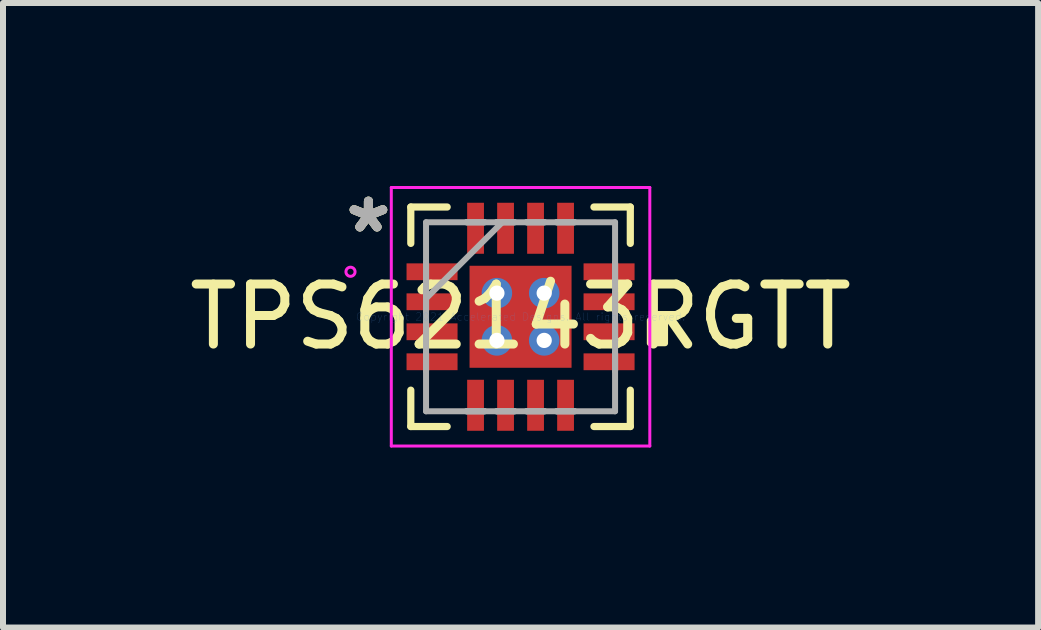
<source format=kicad_pcb>
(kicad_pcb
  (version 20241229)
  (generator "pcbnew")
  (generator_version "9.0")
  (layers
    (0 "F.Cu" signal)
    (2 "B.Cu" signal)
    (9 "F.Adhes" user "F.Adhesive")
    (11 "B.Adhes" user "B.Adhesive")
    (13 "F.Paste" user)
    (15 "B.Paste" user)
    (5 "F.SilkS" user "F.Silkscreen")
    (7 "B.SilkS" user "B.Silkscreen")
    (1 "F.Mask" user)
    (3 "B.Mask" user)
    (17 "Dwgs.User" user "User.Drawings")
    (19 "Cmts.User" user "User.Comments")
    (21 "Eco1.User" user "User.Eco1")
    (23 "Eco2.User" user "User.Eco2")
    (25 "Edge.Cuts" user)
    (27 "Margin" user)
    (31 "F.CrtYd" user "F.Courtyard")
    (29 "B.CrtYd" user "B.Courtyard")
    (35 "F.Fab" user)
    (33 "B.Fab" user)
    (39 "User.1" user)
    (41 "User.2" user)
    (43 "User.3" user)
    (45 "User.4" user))
  (footprint "TPS62143RGTT"
    (layer "F.Cu")
    (at 5.625 2.229)
    (property "Reference" "TPS62143RGTT" (at 0 0 0) (layer "F.SilkS") (effects (font (size 1 1) (thickness 0.15))))
    (attr through_hole)
    (fp_poly (pts (xy -1.97 -0.96) (xy -1.97 -0.54) (xy -0.98 -0.54) (xy -0.98 -0.96)) (stroke (width 0.1) (type solid)) (fill yes) (layer "F.Mask"))
    (fp_poly (pts (xy -1.97 -0.46) (xy -1.97 -0.04) (xy -0.98 -0.04) (xy -0.98 -0.46)) (stroke (width 0.1) (type solid)) (fill yes) (layer "F.Mask"))
    (fp_poly (pts (xy -1.97 0.04) (xy -1.97 0.46) (xy -0.98 0.46) (xy -0.98 0.04)) (stroke (width 0.1) (type solid)) (fill yes) (layer "F.Mask"))
    (fp_poly (pts (xy -1.97 0.54) (xy -1.97 0.96) (xy -0.98 0.96) (xy -0.98 0.54)) (stroke (width 0.1) (type solid)) (fill yes) (layer "F.Mask"))
    (fp_poly (pts (xy -0.96 -1.97) (xy -0.96 -0.98) (xy -0.541 -0.98) (xy -0.541 -1.97)) (stroke (width 0.1) (type solid)) (fill yes) (layer "F.Mask"))
    (fp_poly (pts (xy -0.96 0.98) (xy -0.96 1.97) (xy -0.541 1.97) (xy -0.541 0.98)) (stroke (width 0.1) (type solid)) (fill yes) (layer "F.Mask"))
    (fp_poly (pts (xy -0.913 -0.913) (xy -0.594 -0.913) (xy -0.594 0.913) (xy -0.913 0.913)) (stroke (width 0.1) (type solid)) (fill yes) (layer "F.Mask"))
    (fp_poly (pts (xy -0.913 -0.913) (xy 0.913 -0.913) (xy 0.913 -0.594) (xy -0.913 -0.594)) (stroke (width 0.1) (type solid)) (fill yes) (layer "F.Mask"))
    (fp_poly (pts (xy -0.913 -0.194) (xy 0.913 -0.194) (xy 0.913 0.194) (xy -0.913 0.194)) (stroke (width 0.1) (type solid)) (fill yes) (layer "F.Mask"))
    (fp_poly (pts (xy -0.913 0.594) (xy 0.913 0.594) (xy 0.913 0.913) (xy -0.913 0.913)) (stroke (width 0.1) (type solid)) (fill yes) (layer "F.Mask"))
    (fp_poly (pts (xy -0.46 -1.97) (xy -0.46 -0.98) (xy -0.04 -0.98) (xy -0.04 -1.97)) (stroke (width 0.1) (type solid)) (fill yes) (layer "F.Mask"))
    (fp_poly (pts (xy -0.46 0.98) (xy -0.46 1.97) (xy -0.04 1.97) (xy -0.04 0.98)) (stroke (width 0.1) (type solid)) (fill yes) (layer "F.Mask"))
    (fp_poly (pts (xy 0.04 -1.97) (xy 0.04 -0.98) (xy 0.46 -0.98) (xy 0.46 -1.97)) (stroke (width 0.1) (type solid)) (fill yes) (layer "F.Mask"))
    (fp_poly (pts (xy 0.04 0.98) (xy 0.04 1.97) (xy 0.46 1.97) (xy 0.46 0.98)) (stroke (width 0.1) (type solid)) (fill yes) (layer "F.Mask"))
    (fp_poly (pts (xy 0.194 -0.913) (xy -0.194 -0.913) (xy -0.194 0.913) (xy 0.194 0.913)) (stroke (width 0.1) (type solid)) (fill yes) (layer "F.Mask"))
    (fp_poly (pts (xy 0.541 -1.97) (xy 0.541 -0.98) (xy 0.96 -0.98) (xy 0.96 -1.97)) (stroke (width 0.1) (type solid)) (fill yes) (layer "F.Mask"))
    (fp_poly (pts (xy 0.541 0.98) (xy 0.541 1.97) (xy 0.96 1.97) (xy 0.96 0.98)) (stroke (width 0.1) (type solid)) (fill yes) (layer "F.Mask"))
    (fp_poly (pts (xy 0.594 -0.913) (xy 0.913 -0.913) (xy 0.913 0.913) (xy 0.594 0.913)) (stroke (width 0.1) (type solid)) (fill yes) (layer "F.Mask"))
    (fp_poly (pts (xy 0.98 -0.96) (xy 0.98 -0.54) (xy 1.97 -0.54) (xy 1.97 -0.96)) (stroke (width 0.1) (type solid)) (fill yes) (layer "F.Mask"))
    (fp_poly (pts (xy 0.98 -0.46) (xy 0.98 -0.04) (xy 1.97 -0.04) (xy 1.97 -0.46)) (stroke (width 0.1) (type solid)) (fill yes) (layer "F.Mask"))
    (fp_poly (pts (xy 0.98 0.04) (xy 0.98 0.46) (xy 1.97 0.46) (xy 1.97 0.04)) (stroke (width 0.1) (type solid)) (fill yes) (layer "F.Mask"))
    (fp_poly (pts (xy 0.98 0.54) (xy 0.98 0.96) (xy 1.97 0.96) (xy 1.97 0.54)) (stroke (width 0.1) (type solid)) (fill yes) (layer "F.Mask"))
    (fp_line (start -1.829 -1.829) (end -1.829 -1.223) (stroke (width 0.12) (type solid)) (layer "F.SilkS"))
    (fp_line (start -1.829 1.223) (end -1.829 1.829) (stroke (width 0.12) (type solid)) (layer "F.SilkS"))
    (fp_line (start -1.829 1.829) (end -1.223 1.829) (stroke (width 0.12) (type solid)) (layer "F.SilkS"))
    (fp_line (start -1.223 -1.829) (end -1.829 -1.829) (stroke (width 0.12) (type solid)) (layer "F.SilkS"))
    (fp_line (start 1.223 1.829) (end 1.829 1.829) (stroke (width 0.12) (type solid)) (layer "F.SilkS"))
    (fp_line (start 1.829 -1.829) (end 1.223 -1.829) (stroke (width 0.12) (type solid)) (layer "F.SilkS"))
    (fp_line (start 1.829 -1.223) (end 1.829 -1.829) (stroke (width 0.12) (type solid)) (layer "F.SilkS"))
    (fp_line (start 1.829 1.829) (end 1.829 1.223) (stroke (width 0.12) (type solid)) (layer "F.SilkS"))
    (fp_poly (pts (xy 2.408 0.059) (xy 2.408 0.441) (xy 2.154 0.441) (xy 2.154 0.059)) (stroke (width 0.1) (type solid)) (fill yes) (layer "F.SilkS"))
    (fp_poly (pts (xy -1.875 -0.865) (xy -1.875 -0.635) (xy -1.075 -0.635) (xy -1.075 -0.865)) (stroke (width 0.1) (type solid)) (fill yes) (layer "F.Paste"))
    (fp_poly (pts (xy -1.875 -0.365) (xy -1.875 -0.135) (xy -1.075 -0.135) (xy -1.075 -0.365)) (stroke (width 0.1) (type solid)) (fill yes) (layer "F.Paste"))
    (fp_poly (pts (xy -1.875 0.135) (xy -1.875 0.365) (xy -1.075 0.365) (xy -1.075 0.135)) (stroke (width 0.1) (type solid)) (fill yes) (layer "F.Paste"))
    (fp_poly (pts (xy -1.875 0.635) (xy -1.875 0.865) (xy -1.075 0.865) (xy -1.075 0.635)) (stroke (width 0.1) (type solid)) (fill yes) (layer "F.Paste"))
    (fp_poly (pts (xy -0.865 -1.875) (xy -0.865 -1.075) (xy -0.635 -1.075) (xy -0.635 -1.875)) (stroke (width 0.1) (type solid)) (fill yes) (layer "F.Paste"))
    (fp_poly (pts (xy -0.865 1.075) (xy -0.865 1.875) (xy -0.635 1.875) (xy -0.635 1.075)) (stroke (width 0.1) (type solid)) (fill yes) (layer "F.Paste"))
    (fp_poly (pts (xy -0.365 -1.875) (xy -0.365 -1.075) (xy -0.135 -1.075) (xy -0.135 -1.875)) (stroke (width 0.1) (type solid)) (fill yes) (layer "F.Paste"))
    (fp_poly (pts (xy -0.365 1.075) (xy -0.365 1.875) (xy -0.135 1.875) (xy -0.135 1.075)) (stroke (width 0.1) (type solid)) (fill yes) (layer "F.Paste"))
    (fp_poly (pts (xy 0.135 -1.875) (xy 0.135 -1.075) (xy 0.365 -1.075) (xy 0.365 -1.875)) (stroke (width 0.1) (type solid)) (fill yes) (layer "F.Paste"))
    (fp_poly (pts (xy 0.135 1.075) (xy 0.135 1.875) (xy 0.365 1.875) (xy 0.365 1.075)) (stroke (width 0.1) (type solid)) (fill yes) (layer "F.Paste"))
    (fp_poly (pts (xy 0.635 -1.875) (xy 0.635 -1.075) (xy 0.865 -1.075) (xy 0.865 -1.875)) (stroke (width 0.1) (type solid)) (fill yes) (layer "F.Paste"))
    (fp_poly (pts (xy 0.635 1.075) (xy 0.635 1.875) (xy 0.865 1.875) (xy 0.865 1.075)) (stroke (width 0.1) (type solid)) (fill yes) (layer "F.Paste"))
    (fp_poly (pts (xy 1.075 -0.865) (xy 1.075 -0.635) (xy 1.875 -0.635) (xy 1.875 -0.865)) (stroke (width 0.1) (type solid)) (fill yes) (layer "F.Paste"))
    (fp_poly (pts (xy 1.075 -0.365) (xy 1.075 -0.135) (xy 1.875 -0.135) (xy 1.875 -0.365)) (stroke (width 0.1) (type solid)) (fill yes) (layer "F.Paste"))
    (fp_poly (pts (xy 1.075 0.135) (xy 1.075 0.365) (xy 1.875 0.365) (xy 1.875 0.135)) (stroke (width 0.1) (type solid)) (fill yes) (layer "F.Paste"))
    (fp_poly (pts (xy 1.075 0.635) (xy 1.075 0.865) (xy 1.875 0.865) (xy 1.875 0.635)) (stroke (width 0.1) (type solid)) (fill yes) (layer "F.Paste"))
    (fp_poly (pts (xy -0.775 -0.775) (xy -0.775 -0.494) (xy -0.635 -0.494) (xy -0.494 -0.635) (xy -0.494 -0.775)) (stroke (width 0.1) (type solid)) (fill yes) (layer "F.Paste"))
    (fp_poly (pts (xy -0.775 0.494) (xy -0.775 0.775) (xy -0.494 0.775) (xy -0.494 0.635) (xy -0.635 0.494)) (stroke (width 0.1) (type solid)) (fill yes) (layer "F.Paste"))
    (fp_poly (pts (xy 0.494 -0.775) (xy 0.494 -0.635) (xy 0.635 -0.494) (xy 0.775 -0.494) (xy 0.775 -0.775)) (stroke (width 0.1) (type solid)) (fill yes) (layer "F.Paste"))
    (fp_poly (pts (xy 0.635 0.494) (xy 0.494 0.635) (xy 0.494 0.775) (xy 0.775 0.775) (xy 0.775 0.494)) (stroke (width 0.1) (type solid)) (fill yes) (layer "F.Paste"))
    (fp_poly (pts (xy -0.775 -0.294) (xy -0.775 0.294) (xy -0.635 0.294) (xy -0.494 0.152) (xy -0.494 -0.152) (xy -0.635 -0.294)) (stroke (width 0.1) (type solid)) (fill yes) (layer "F.Paste"))
    (fp_poly (pts (xy -0.294 -0.775) (xy -0.294 -0.635) (xy -0.152 -0.494) (xy 0.152 -0.494) (xy 0.294 -0.635) (xy 0.294 -0.775)) (stroke (width 0.1) (type solid)) (fill yes) (layer "F.Paste"))
    (fp_poly (pts (xy -0.152 0.494) (xy -0.294 0.635) (xy -0.294 0.775) (xy 0.294 0.775) (xy 0.294 0.635) (xy 0.152 0.494)) (stroke (width 0.1) (type solid)) (fill yes) (layer "F.Paste"))
    (fp_poly (pts (xy 0.635 -0.294) (xy 0.494 -0.152) (xy 0.494 0.152) (xy 0.635 0.294) (xy 0.775 0.294) (xy 0.775 -0.294)) (stroke (width 0.1) (type solid)) (fill yes) (layer "F.Paste"))
    (fp_poly (pts (xy -0.152 -0.294) (xy -0.294 -0.152) (xy -0.294 0.152) (xy -0.152 0.294) (xy 0.152 0.294) (xy 0.294 0.152) (xy 0.294 -0.152) (xy 0.152 -0.294)) (stroke (width 0.1) (type solid)) (fill yes) (layer "F.Paste"))
    (fp_line (start -2.154 -2.154) (end 2.154 -2.154) (stroke (width 0.05) (type solid)) (layer "F.CrtYd"))
    (fp_line (start -2.154 2.154) (end -2.154 -2.154) (stroke (width 0.05) (type solid)) (layer "F.CrtYd"))
    (fp_line (start 2.154 -2.154) (end 2.154 2.154) (stroke (width 0.05) (type solid)) (layer "F.CrtYd"))
    (fp_line (start 2.154 2.154) (end -2.154 2.154) (stroke (width 0.05) (type solid)) (layer "F.CrtYd"))
    (fp_circle (center -2.834 -0.75) (end -2.758 -0.75) (stroke (width 0.05) (type solid)) (fill no) (layer "F.CrtYd"))
    (fp_line (start -1.575 -1.575) (end -1.575 1.575) (stroke (width 0.1) (type solid)) (layer "F.Fab"))
    (fp_line (start -1.575 -0.9) (end -1.575 -0.9) (stroke (width 0.1) (type solid)) (layer "F.Fab"))
    (fp_line (start -1.575 -0.9) (end -1.575 -0.6) (stroke (width 0.1) (type solid)) (layer "F.Fab"))
    (fp_line (start -1.575 -0.6) (end -1.575 -0.9) (stroke (width 0.1) (type solid)) (layer "F.Fab"))
    (fp_line (start -1.575 -0.6) (end -1.575 -0.6) (stroke (width 0.1) (type solid)) (layer "F.Fab"))
    (fp_line (start -1.575 -0.4) (end -1.575 -0.4) (stroke (width 0.1) (type solid)) (layer "F.Fab"))
    (fp_line (start -1.575 -0.4) (end -1.575 -0.1) (stroke (width 0.1) (type solid)) (layer "F.Fab"))
    (fp_line (start -1.575 -0.305) (end -0.305 -1.575) (stroke (width 0.1) (type solid)) (layer "F.Fab"))
    (fp_line (start -1.575 -0.1) (end -1.575 -0.4) (stroke (width 0.1) (type solid)) (layer "F.Fab"))
    (fp_line (start -1.575 -0.1) (end -1.575 -0.1) (stroke (width 0.1) (type solid)) (layer "F.Fab"))
    (fp_line (start -1.575 0.1) (end -1.575 0.1) (stroke (width 0.1) (type solid)) (layer "F.Fab"))
    (fp_line (start -1.575 0.1) (end -1.575 0.4) (stroke (width 0.1) (type solid)) (layer "F.Fab"))
    (fp_line (start -1.575 0.4) (end -1.575 0.1) (stroke (width 0.1) (type solid)) (layer "F.Fab"))
    (fp_line (start -1.575 0.4) (end -1.575 0.4) (stroke (width 0.1) (type solid)) (layer "F.Fab"))
    (fp_line (start -1.575 0.6) (end -1.575 0.6) (stroke (width 0.1) (type solid)) (layer "F.Fab"))
    (fp_line (start -1.575 0.6) (end -1.575 0.9) (stroke (width 0.1) (type solid)) (layer "F.Fab"))
    (fp_line (start -1.575 0.9) (end -1.575 0.6) (stroke (width 0.1) (type solid)) (layer "F.Fab"))
    (fp_line (start -1.575 0.9) (end -1.575 0.9) (stroke (width 0.1) (type solid)) (layer "F.Fab"))
    (fp_line (start -1.575 1.575) (end 1.575 1.575) (stroke (width 0.1) (type solid)) (layer "F.Fab"))
    (fp_line (start -0.9 -1.575) (end -0.9 -1.575) (stroke (width 0.1) (type solid)) (layer "F.Fab"))
    (fp_line (start -0.9 -1.575) (end -0.6 -1.575) (stroke (width 0.1) (type solid)) (layer "F.Fab"))
    (fp_line (start -0.9 1.575) (end -0.9 1.575) (stroke (width 0.1) (type solid)) (layer "F.Fab"))
    (fp_line (start -0.9 1.575) (end -0.6 1.575) (stroke (width 0.1) (type solid)) (layer "F.Fab"))
    (fp_line (start -0.6 -1.575) (end -0.9 -1.575) (stroke (width 0.1) (type solid)) (layer "F.Fab"))
    (fp_line (start -0.6 -1.575) (end -0.6 -1.575) (stroke (width 0.1) (type solid)) (layer "F.Fab"))
    (fp_line (start -0.6 1.575) (end -0.9 1.575) (stroke (width 0.1) (type solid)) (layer "F.Fab"))
    (fp_line (start -0.6 1.575) (end -0.6 1.575) (stroke (width 0.1) (type solid)) (layer "F.Fab"))
    (fp_line (start -0.4 -1.575) (end -0.4 -1.575) (stroke (width 0.1) (type solid)) (layer "F.Fab"))
    (fp_line (start -0.4 -1.575) (end -0.1 -1.575) (stroke (width 0.1) (type solid)) (layer "F.Fab"))
    (fp_line (start -0.4 1.575) (end -0.4 1.575) (stroke (width 0.1) (type solid)) (layer "F.Fab"))
    (fp_line (start -0.4 1.575) (end -0.1 1.575) (stroke (width 0.1) (type solid)) (layer "F.Fab"))
    (fp_line (start -0.1 -1.575) (end -0.4 -1.575) (stroke (width 0.1) (type solid)) (layer "F.Fab"))
    (fp_line (start -0.1 -1.575) (end -0.1 -1.575) (stroke (width 0.1) (type solid)) (layer "F.Fab"))
    (fp_line (start -0.1 1.575) (end -0.4 1.575) (stroke (width 0.1) (type solid)) (layer "F.Fab"))
    (fp_line (start -0.1 1.575) (end -0.1 1.575) (stroke (width 0.1) (type solid)) (layer "F.Fab"))
    (fp_line (start 0.1 -1.575) (end 0.1 -1.575) (stroke (width 0.1) (type solid)) (layer "F.Fab"))
    (fp_line (start 0.1 -1.575) (end 0.4 -1.575) (stroke (width 0.1) (type solid)) (layer "F.Fab"))
    (fp_line (start 0.1 1.575) (end 0.1 1.575) (stroke (width 0.1) (type solid)) (layer "F.Fab"))
    (fp_line (start 0.1 1.575) (end 0.4 1.575) (stroke (width 0.1) (type solid)) (layer "F.Fab"))
    (fp_line (start 0.4 -1.575) (end 0.1 -1.575) (stroke (width 0.1) (type solid)) (layer "F.Fab"))
    (fp_line (start 0.4 -1.575) (end 0.4 -1.575) (stroke (width 0.1) (type solid)) (layer "F.Fab"))
    (fp_line (start 0.4 1.575) (end 0.1 1.575) (stroke (width 0.1) (type solid)) (layer "F.Fab"))
    (fp_line (start 0.4 1.575) (end 0.4 1.575) (stroke (width 0.1) (type solid)) (layer "F.Fab"))
    (fp_line (start 0.6 -1.575) (end 0.6 -1.575) (stroke (width 0.1) (type solid)) (layer "F.Fab"))
    (fp_line (start 0.6 -1.575) (end 0.9 -1.575) (stroke (width 0.1) (type solid)) (layer "F.Fab"))
    (fp_line (start 0.6 1.575) (end 0.6 1.575) (stroke (width 0.1) (type solid)) (layer "F.Fab"))
    (fp_line (start 0.6 1.575) (end 0.9 1.575) (stroke (width 0.1) (type solid)) (layer "F.Fab"))
    (fp_line (start 0.9 -1.575) (end 0.6 -1.575) (stroke (width 0.1) (type solid)) (layer "F.Fab"))
    (fp_line (start 0.9 -1.575) (end 0.9 -1.575) (stroke (width 0.1) (type solid)) (layer "F.Fab"))
    (fp_line (start 0.9 1.575) (end 0.6 1.575) (stroke (width 0.1) (type solid)) (layer "F.Fab"))
    (fp_line (start 0.9 1.575) (end 0.9 1.575) (stroke (width 0.1) (type solid)) (layer "F.Fab"))
    (fp_line (start 1.575 -1.575) (end -1.575 -1.575) (stroke (width 0.1) (type solid)) (layer "F.Fab"))
    (fp_line (start 1.575 -0.9) (end 1.575 -0.9) (stroke (width 0.1) (type solid)) (layer "F.Fab"))
    (fp_line (start 1.575 -0.9) (end 1.575 -0.6) (stroke (width 0.1) (type solid)) (layer "F.Fab"))
    (fp_line (start 1.575 -0.6) (end 1.575 -0.9) (stroke (width 0.1) (type solid)) (layer "F.Fab"))
    (fp_line (start 1.575 -0.6) (end 1.575 -0.6) (stroke (width 0.1) (type solid)) (layer "F.Fab"))
    (fp_line (start 1.575 -0.4) (end 1.575 -0.4) (stroke (width 0.1) (type solid)) (layer "F.Fab"))
    (fp_line (start 1.575 -0.4) (end 1.575 -0.1) (stroke (width 0.1) (type solid)) (layer "F.Fab"))
    (fp_line (start 1.575 -0.1) (end 1.575 -0.4) (stroke (width 0.1) (type solid)) (layer "F.Fab"))
    (fp_line (start 1.575 -0.1) (end 1.575 -0.1) (stroke (width 0.1) (type solid)) (layer "F.Fab"))
    (fp_line (start 1.575 0.1) (end 1.575 0.1) (stroke (width 0.1) (type solid)) (layer "F.Fab"))
    (fp_line (start 1.575 0.1) (end 1.575 0.4) (stroke (width 0.1) (type solid)) (layer "F.Fab"))
    (fp_line (start 1.575 0.4) (end 1.575 0.1) (stroke (width 0.1) (type solid)) (layer "F.Fab"))
    (fp_line (start 1.575 0.4) (end 1.575 0.4) (stroke (width 0.1) (type solid)) (layer "F.Fab"))
    (fp_line (start 1.575 0.6) (end 1.575 0.6) (stroke (width 0.1) (type solid)) (layer "F.Fab"))
    (fp_line (start 1.575 0.6) (end 1.575 0.9) (stroke (width 0.1) (type solid)) (layer "F.Fab"))
    (fp_line (start 1.575 0.9) (end 1.575 0.6) (stroke (width 0.1) (type solid)) (layer "F.Fab"))
    (fp_line (start 1.575 0.9) (end 1.575 0.9) (stroke (width 0.1) (type solid)) (layer "F.Fab"))
    (fp_line (start 1.575 1.575) (end 1.575 -1.575) (stroke (width 0.1) (type solid)) (layer "F.Fab"))
    (fp_text user "*" (at -2.535 -1.381 0) (layer "F.SilkS") (effects (font (size 1 1) (thickness 0.15))))
    (fp_text user "*" (at -2.535 -1.381 0) (layer "F.SilkS") (effects (font (size 1 1) (thickness 0.15))))
    (fp_text user "Copyright 2021 Accelerated Designs. All rights reserved." (at 0 0 0) (layer "Cmts.User") (effects (font (size 0.127 0.127) (thickness 0.002))))
    (fp_text user "*" (at -2.535 -1.381 0) (layer "F.Fab") (effects (font (size 1 1) (thickness 0.15))))
    (fp_text user "*" (at -2.535 -1.381 0) (layer "F.Fab") (effects (font (size 1 1) (thickness 0.15))))
    (pad "1" smd rect (at -1.475 -0.75 90) (size 0.28 0.85) (layers "F.Cu" "F.Mask" "F.Paste"))
    (pad "2" smd rect (at -1.475 -0.25 90) (size 0.28 0.85) (layers "F.Cu" "F.Mask" "F.Paste"))
    (pad "3" smd rect (at -1.475 0.25 90) (size 0.28 0.85) (layers "F.Cu" "F.Mask" "F.Paste"))
    (pad "4" smd rect (at -1.475 0.75 90) (size 0.28 0.85) (layers "F.Cu" "F.Mask" "F.Paste"))
    (pad "5" smd rect (at -0.75 1.475) (size 0.28 0.85) (layers "F.Cu" "F.Mask" "F.Paste"))
    (pad "6" smd rect (at -0.25 1.475) (size 0.28 0.85) (layers "F.Cu" "F.Mask" "F.Paste"))
    (pad "7" smd rect (at 0.25 1.475) (size 0.28 0.85) (layers "F.Cu" "F.Mask" "F.Paste"))
    (pad "8" smd rect (at 0.75 1.475) (size 0.28 0.85) (layers "F.Cu" "F.Mask" "F.Paste"))
    (pad "9" smd rect (at 1.475 0.75 90) (size 0.28 0.85) (layers "F.Cu" "F.Mask" "F.Paste"))
    (pad "10" smd rect (at 1.475 0.25 90) (size 0.28 0.85) (layers "F.Cu" "F.Mask" "F.Paste"))
    (pad "11" smd rect (at 1.475 -0.25 90) (size 0.28 0.85) (layers "F.Cu" "F.Mask" "F.Paste"))
    (pad "12" smd rect (at 1.475 -0.75 90) (size 0.28 0.85) (layers "F.Cu" "F.Mask" "F.Paste"))
    (pad "13" smd rect (at 0.75 -1.475) (size 0.28 0.85) (layers "F.Cu" "F.Mask" "F.Paste"))
    (pad "14" smd rect (at 0.25 -1.475) (size 0.28 0.85) (layers "F.Cu" "F.Mask" "F.Paste"))
    (pad "15" smd rect (at -0.25 -1.475) (size 0.28 0.85) (layers "F.Cu" "F.Mask" "F.Paste"))
    (pad "16" smd rect (at -0.75 -1.475) (size 0.28 0.85) (layers "F.Cu" "F.Mask" "F.Paste"))
    (pad "17" smd rect (at 0 0) (size 1.7 1.7) (layers "F.Cu" "F.Mask" "F.Paste"))
    (pad "V" thru_hole circle (at -0.394 -0.394) (size 0.508 0.508) (drill 0.254) (layers "*.Cu" "*.Mask"))
    (pad "V" thru_hole circle (at -0.394 0.394) (size 0.508 0.508) (drill 0.254) (layers "*.Cu" "*.Mask"))
    (pad "V" thru_hole circle (at 0.394 -0.394) (size 0.508 0.508) (drill 0.254) (layers "*.Cu" "*.Mask"))
    (pad "V" thru_hole circle (at 0.394 0.394) (size 0.508 0.508) (drill 0.254) (layers "*.Cu" "*.Mask")))
  (gr_rect
    (start -3 -3)
    (end 14.25 7.408)
    (stroke (width 0.1) (type default))
    (fill no)
    (layer "Edge.Cuts")))
</source>
